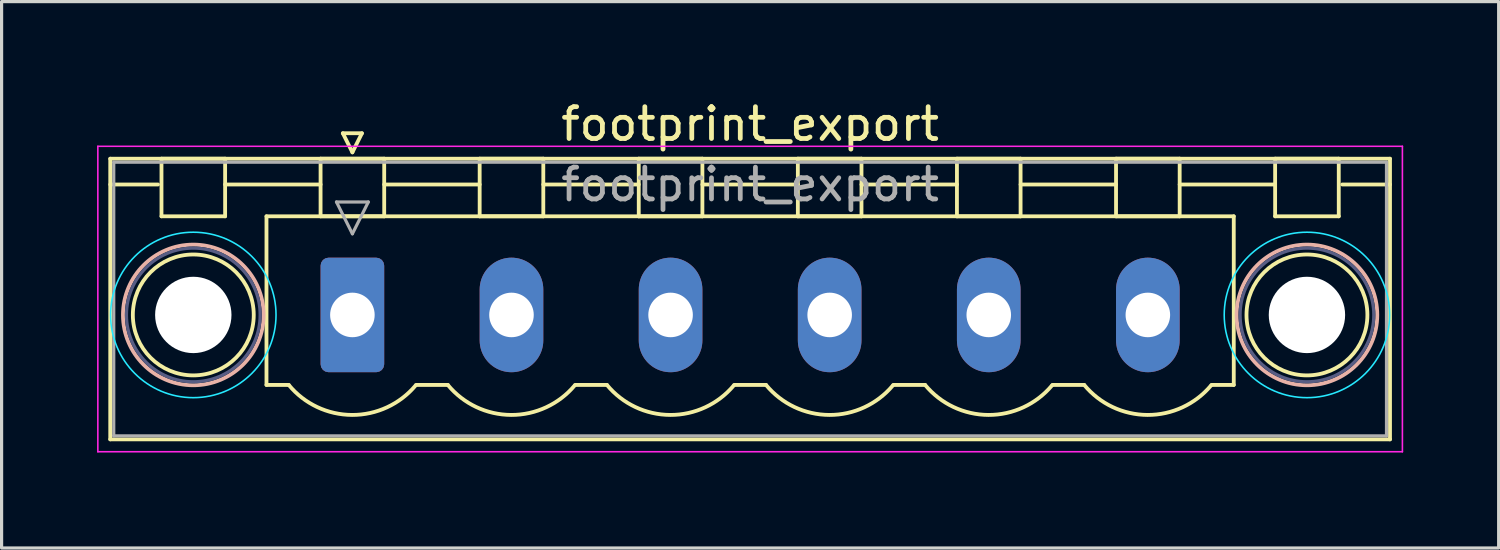
<source format=kicad_pcb>
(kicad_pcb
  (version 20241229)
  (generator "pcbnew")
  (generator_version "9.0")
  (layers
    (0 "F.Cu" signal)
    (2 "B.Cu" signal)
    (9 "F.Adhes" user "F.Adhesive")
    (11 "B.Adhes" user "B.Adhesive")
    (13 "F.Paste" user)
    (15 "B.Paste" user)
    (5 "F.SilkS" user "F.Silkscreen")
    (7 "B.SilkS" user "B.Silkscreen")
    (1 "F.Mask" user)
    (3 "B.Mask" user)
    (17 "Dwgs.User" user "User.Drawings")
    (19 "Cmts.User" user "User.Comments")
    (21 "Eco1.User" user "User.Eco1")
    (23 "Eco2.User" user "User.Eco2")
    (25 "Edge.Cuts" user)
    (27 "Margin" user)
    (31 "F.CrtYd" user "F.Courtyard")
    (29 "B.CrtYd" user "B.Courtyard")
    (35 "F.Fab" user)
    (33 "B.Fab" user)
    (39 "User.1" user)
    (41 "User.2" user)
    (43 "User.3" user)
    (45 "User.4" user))
  (footprint "footprint_export"
    (layer "F.Cu")
    (at 8.025 6.848)
    (property "Reference" "footprint_export" (at 12.5 -6 0) (layer "F.SilkS") (effects (font (size 1 1) (thickness 0.15))))
    (attr through_hole)
    (fp_line (start -7.61 -4.91) (end -7.61 3.91) (stroke (width 0.12) (type solid)) (layer "F.SilkS"))
    (fp_line (start -7.61 -4.1) (end -6.11 -4.1) (stroke (width 0.12) (type solid)) (layer "F.SilkS"))
    (fp_line (start -7.61 3.91) (end 32.61 3.91) (stroke (width 0.12) (type solid)) (layer "F.SilkS"))
    (fp_line (start -6 -4.91) (end -4 -4.91) (stroke (width 0.12) (type solid)) (layer "F.SilkS"))
    (fp_line (start -6 -3.1) (end -6 -4.91) (stroke (width 0.12) (type solid)) (layer "F.SilkS"))
    (fp_line (start -4 -4.91) (end -4 -3.1) (stroke (width 0.12) (type solid)) (layer "F.SilkS"))
    (fp_line (start -4 -4.1) (end -1 -4.1) (stroke (width 0.12) (type solid)) (layer "F.SilkS"))
    (fp_line (start -4 -3.1) (end -6 -3.1) (stroke (width 0.12) (type solid)) (layer "F.SilkS"))
    (fp_line (start -2.7 -3.1) (end 27.7 -3.1) (stroke (width 0.12) (type solid)) (layer "F.SilkS"))
    (fp_line (start -2.7 2.2) (end -2.7 -3.1) (stroke (width 0.12) (type solid)) (layer "F.SilkS"))
    (fp_line (start -2 2.2) (end -2.7 2.2) (stroke (width 0.12) (type solid)) (layer "F.SilkS"))
    (fp_line (start -1 -4.91) (end 1 -4.91) (stroke (width 0.12) (type solid)) (layer "F.SilkS"))
    (fp_line (start -1 -3.1) (end -1 -4.91) (stroke (width 0.12) (type solid)) (layer "F.SilkS"))
    (fp_line (start -0.3 -5.71) (end 0.3 -5.71) (stroke (width 0.12) (type solid)) (layer "F.SilkS"))
    (fp_line (start 0 -5.11) (end -0.3 -5.71) (stroke (width 0.12) (type solid)) (layer "F.SilkS"))
    (fp_line (start 0.3 -5.71) (end 0 -5.11) (stroke (width 0.12) (type solid)) (layer "F.SilkS"))
    (fp_line (start 1 -4.91) (end 1 -3.1) (stroke (width 0.12) (type solid)) (layer "F.SilkS"))
    (fp_line (start 1 -4.1) (end 4 -4.1) (stroke (width 0.12) (type solid)) (layer "F.SilkS"))
    (fp_line (start 1 -3.1) (end -1 -3.1) (stroke (width 0.12) (type solid)) (layer "F.SilkS"))
    (fp_line (start 2 2.2) (end 3 2.2) (stroke (width 0.12) (type solid)) (layer "F.SilkS"))
    (fp_line (start 4 -4.91) (end 6 -4.91) (stroke (width 0.12) (type solid)) (layer "F.SilkS"))
    (fp_line (start 4 -3.1) (end 4 -4.91) (stroke (width 0.12) (type solid)) (layer "F.SilkS"))
    (fp_line (start 6 -4.91) (end 6 -3.1) (stroke (width 0.12) (type solid)) (layer "F.SilkS"))
    (fp_line (start 6 -4.1) (end 9 -4.1) (stroke (width 0.12) (type solid)) (layer "F.SilkS"))
    (fp_line (start 6 -3.1) (end 4 -3.1) (stroke (width 0.12) (type solid)) (layer "F.SilkS"))
    (fp_line (start 7 2.2) (end 8 2.2) (stroke (width 0.12) (type solid)) (layer "F.SilkS"))
    (fp_line (start 9 -4.91) (end 11 -4.91) (stroke (width 0.12) (type solid)) (layer "F.SilkS"))
    (fp_line (start 9 -3.1) (end 9 -4.91) (stroke (width 0.12) (type solid)) (layer "F.SilkS"))
    (fp_line (start 11 -4.91) (end 11 -3.1) (stroke (width 0.12) (type solid)) (layer "F.SilkS"))
    (fp_line (start 11 -4.1) (end 14 -4.1) (stroke (width 0.12) (type solid)) (layer "F.SilkS"))
    (fp_line (start 11 -3.1) (end 9 -3.1) (stroke (width 0.12) (type solid)) (layer "F.SilkS"))
    (fp_line (start 12 2.2) (end 13 2.2) (stroke (width 0.12) (type solid)) (layer "F.SilkS"))
    (fp_line (start 14 -4.91) (end 16 -4.91) (stroke (width 0.12) (type solid)) (layer "F.SilkS"))
    (fp_line (start 14 -3.1) (end 14 -4.91) (stroke (width 0.12) (type solid)) (layer "F.SilkS"))
    (fp_line (start 16 -4.91) (end 16 -3.1) (stroke (width 0.12) (type solid)) (layer "F.SilkS"))
    (fp_line (start 16 -4.1) (end 19 -4.1) (stroke (width 0.12) (type solid)) (layer "F.SilkS"))
    (fp_line (start 16 -3.1) (end 14 -3.1) (stroke (width 0.12) (type solid)) (layer "F.SilkS"))
    (fp_line (start 17 2.2) (end 18 2.2) (stroke (width 0.12) (type solid)) (layer "F.SilkS"))
    (fp_line (start 19 -4.91) (end 21 -4.91) (stroke (width 0.12) (type solid)) (layer "F.SilkS"))
    (fp_line (start 19 -3.1) (end 19 -4.91) (stroke (width 0.12) (type solid)) (layer "F.SilkS"))
    (fp_line (start 21 -4.91) (end 21 -3.1) (stroke (width 0.12) (type solid)) (layer "F.SilkS"))
    (fp_line (start 21 -4.1) (end 24 -4.1) (stroke (width 0.12) (type solid)) (layer "F.SilkS"))
    (fp_line (start 21 -3.1) (end 19 -3.1) (stroke (width 0.12) (type solid)) (layer "F.SilkS"))
    (fp_line (start 22 2.2) (end 23 2.2) (stroke (width 0.12) (type solid)) (layer "F.SilkS"))
    (fp_line (start 24 -4.91) (end 26 -4.91) (stroke (width 0.12) (type solid)) (layer "F.SilkS"))
    (fp_line (start 24 -3.1) (end 24 -4.91) (stroke (width 0.12) (type solid)) (layer "F.SilkS"))
    (fp_line (start 26 -4.91) (end 26 -3.1) (stroke (width 0.12) (type solid)) (layer "F.SilkS"))
    (fp_line (start 26 -4.1) (end 29 -4.1) (stroke (width 0.12) (type solid)) (layer "F.SilkS"))
    (fp_line (start 26 -3.1) (end 24 -3.1) (stroke (width 0.12) (type solid)) (layer "F.SilkS"))
    (fp_line (start 27.7 -3.1) (end 27.7 2.2) (stroke (width 0.12) (type solid)) (layer "F.SilkS"))
    (fp_line (start 27.7 2.2) (end 27 2.2) (stroke (width 0.12) (type solid)) (layer "F.SilkS"))
    (fp_line (start 29 -4.91) (end 31 -4.91) (stroke (width 0.12) (type solid)) (layer "F.SilkS"))
    (fp_line (start 29 -3.1) (end 29 -4.91) (stroke (width 0.12) (type solid)) (layer "F.SilkS"))
    (fp_line (start 31 -4.91) (end 31 -3.1) (stroke (width 0.12) (type solid)) (layer "F.SilkS"))
    (fp_line (start 31 -3.1) (end 29 -3.1) (stroke (width 0.12) (type solid)) (layer "F.SilkS"))
    (fp_line (start 32.61 -4.91) (end -7.61 -4.91) (stroke (width 0.12) (type solid)) (layer "F.SilkS"))
    (fp_line (start 32.61 -4.1) (end 31.11 -4.1) (stroke (width 0.12) (type solid)) (layer "F.SilkS"))
    (fp_line (start 32.61 3.91) (end 32.61 -4.91) (stroke (width 0.12) (type solid)) (layer "F.SilkS"))
    (fp_arc (start 1.986842 2.215821) (mid -0.010289 3.142758) (end -2 2.2) (stroke (width 0.12) (type solid)) (layer "F.SilkS"))
    (fp_arc (start 6.986842 2.215821) (mid 4.989711 3.142758) (end 3 2.2) (stroke (width 0.12) (type solid)) (layer "F.SilkS"))
    (fp_arc (start 11.986842 2.215821) (mid 9.989711 3.142758) (end 8 2.2) (stroke (width 0.12) (type solid)) (layer "F.SilkS"))
    (fp_arc (start 16.986842 2.215821) (mid 14.989711 3.142758) (end 13 2.2) (stroke (width 0.12) (type solid)) (layer "F.SilkS"))
    (fp_arc (start 21.986842 2.215821) (mid 19.989711 3.142758) (end 18 2.2) (stroke (width 0.12) (type solid)) (layer "F.SilkS"))
    (fp_arc (start 26.986842 2.215821) (mid 24.989711 3.142758) (end 23 2.2) (stroke (width 0.12) (type solid)) (layer "F.SilkS"))
    (fp_circle (center -5 0) (end -3.1 0) (stroke (width 0.12) (type solid)) (fill no) (layer "F.SilkS"))
    (fp_circle (center 30 0) (end 31.9 0) (stroke (width 0.12) (type solid)) (fill no) (layer "F.SilkS"))
    (fp_circle (center -5 0) (end -2.79 0) (stroke (width 0.12) (type solid)) (fill no) (layer "B.SilkS"))
    (fp_circle (center 30 0) (end 32.21 0) (stroke (width 0.12) (type solid)) (fill no) (layer "B.SilkS"))
    (fp_circle (center -5 0) (end -2.4 0) (stroke (width 0.05) (type solid)) (fill no) (layer "B.CrtYd"))
    (fp_circle (center 30 0) (end 32.6 0) (stroke (width 0.05) (type solid)) (fill no) (layer "B.CrtYd"))
    (fp_line (start -8 -5.3) (end -8 4.3) (stroke (width 0.05) (type solid)) (layer "F.CrtYd"))
    (fp_line (start -8 4.3) (end 33 4.3) (stroke (width 0.05) (type solid)) (layer "F.CrtYd"))
    (fp_line (start 33 -5.3) (end -8 -5.3) (stroke (width 0.05) (type solid)) (layer "F.CrtYd"))
    (fp_line (start 33 4.3) (end 33 -5.3) (stroke (width 0.05) (type solid)) (layer "F.CrtYd"))
    (fp_circle (center -5 0) (end -2.9 0) (stroke (width 0.1) (type solid)) (fill no) (layer "B.Fab"))
    (fp_circle (center 30 0) (end 32.1 0) (stroke (width 0.1) (type solid)) (fill no) (layer "B.Fab"))
    (fp_line (start -7.5 -4.8) (end -7.5 3.8) (stroke (width 0.1) (type solid)) (layer "F.Fab"))
    (fp_line (start -7.5 3.8) (end 32.5 3.8) (stroke (width 0.1) (type solid)) (layer "F.Fab"))
    (fp_line (start -0.5 -3.55) (end 0.5 -3.55) (stroke (width 0.1) (type solid)) (layer "F.Fab"))
    (fp_line (start 0 -2.55) (end -0.5 -3.55) (stroke (width 0.1) (type solid)) (layer "F.Fab"))
    (fp_line (start 0.5 -3.55) (end 0 -2.55) (stroke (width 0.1) (type solid)) (layer "F.Fab"))
    (fp_line (start 32.5 -4.8) (end -7.5 -4.8) (stroke (width 0.1) (type solid)) (layer "F.Fab"))
    (fp_line (start 32.5 3.8) (end 32.5 -4.8) (stroke (width 0.1) (type solid)) (layer "F.Fab"))
    (fp_text user "${REFERENCE}" (at 12.5 -4.1 0) (layer "F.Fab") (effects (font (size 1 1) (thickness 0.15))))
    (pad "" np_thru_hole circle (at -5 0) (size 2.4 2.4) (drill 2.4) (layers "*.Cu" "*.Mask"))
    (pad "" np_thru_hole circle (at 30 0) (size 2.4 2.4) (drill 2.4) (layers "*.Cu" "*.Mask"))
    (pad "1" thru_hole roundrect (at 0 0) (size 2 3.6) (drill 1.4) (layers "*.Cu" "*.Mask") (roundrect_rratio 0.125))
    (pad "2" thru_hole oval (at 5 0) (size 2 3.6) (drill 1.4) (layers "*.Cu" "*.Mask"))
    (pad "3" thru_hole oval (at 10 0) (size 2 3.6) (drill 1.4) (layers "*.Cu" "*.Mask"))
    (pad "4" thru_hole oval (at 15 0) (size 2 3.6) (drill 1.4) (layers "*.Cu" "*.Mask"))
    (pad "5" thru_hole oval (at 20 0) (size 2 3.6) (drill 1.4) (layers "*.Cu" "*.Mask"))
    (pad "6" thru_hole oval (at 25 0) (size 2 3.6) (drill 1.4) (layers "*.Cu" "*.Mask")))
  (gr_rect
    (start -3 -3)
    (end 44.05 14.173)
    (stroke (width 0.1) (type default))
    (fill no)
    (layer "Edge.Cuts")))
</source>
